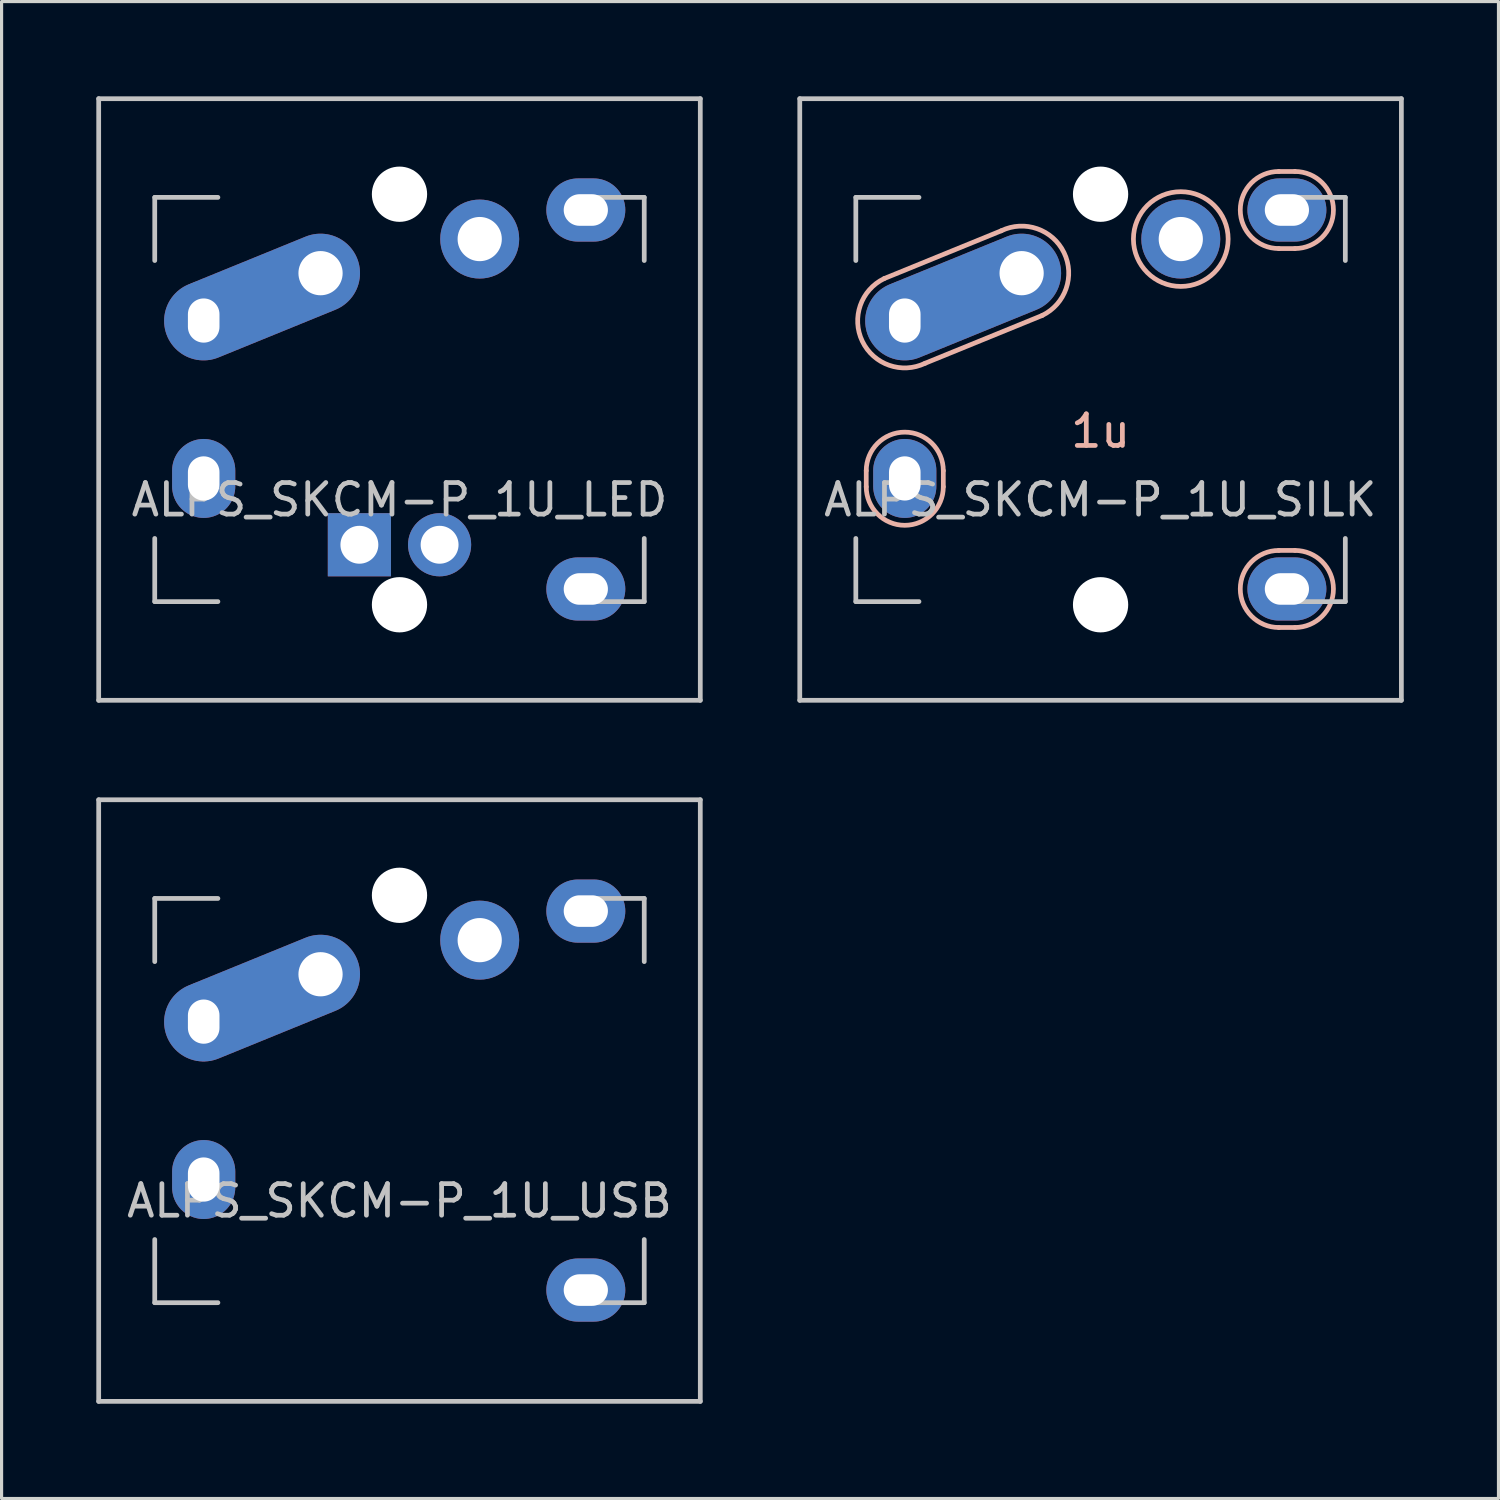
<source format=kicad_pcb>
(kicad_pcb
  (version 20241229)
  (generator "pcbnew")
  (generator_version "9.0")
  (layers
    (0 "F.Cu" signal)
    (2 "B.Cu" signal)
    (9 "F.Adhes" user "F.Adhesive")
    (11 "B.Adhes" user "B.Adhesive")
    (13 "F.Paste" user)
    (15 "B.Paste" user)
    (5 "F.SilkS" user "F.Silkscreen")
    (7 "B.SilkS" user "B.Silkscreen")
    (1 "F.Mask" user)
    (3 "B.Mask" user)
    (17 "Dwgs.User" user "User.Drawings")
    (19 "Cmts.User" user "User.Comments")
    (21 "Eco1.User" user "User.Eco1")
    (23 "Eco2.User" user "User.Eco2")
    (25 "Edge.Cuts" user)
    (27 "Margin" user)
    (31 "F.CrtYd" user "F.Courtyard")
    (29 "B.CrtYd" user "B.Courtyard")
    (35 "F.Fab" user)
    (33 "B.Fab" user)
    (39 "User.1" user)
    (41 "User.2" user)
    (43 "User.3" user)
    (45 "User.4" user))
  (footprint "ALPS_SKCM-P_1U_SILK"
    (layer "F.Cu")
    (at 31.8 9.6)
    (property "Reference" "ALPS_SKCM-P_1U_SILK" (at -0.01 3.175 0) (layer "Dwgs.User") (effects (font (size 1 1) (thickness 0.15))))
    (attr through_hole)
    (fp_line (start -7.42 2.254) (end -7.42 2.764) (stroke (width 0.15) (type solid)) (layer "B.SilkS"))
    (fp_line (start -4.98 2.764) (end -4.98 2.254) (stroke (width 0.15) (type solid)) (layer "B.SilkS"))
    (fp_line (start -3.146 -5.342) (end -6.85 -3.83) (stroke (width 0.15) (type solid)) (layer "B.SilkS"))
    (fp_line (start -1.85 -2.66) (end -5.554 -1.148) (stroke (width 0.15) (type solid)) (layer "B.SilkS"))
    (fp_line (start 5.644 -4.78) (end 6.154 -4.78) (stroke (width 0.15) (type solid)) (layer "B.SilkS"))
    (fp_line (start 5.644 7.22) (end 6.154 7.22) (stroke (width 0.15) (type solid)) (layer "B.SilkS"))
    (fp_line (start 6.154 -7.22) (end 5.644 -7.22) (stroke (width 0.15) (type solid)) (layer "B.SilkS"))
    (fp_line (start 6.154 4.78) (end 5.644 4.78) (stroke (width 0.15) (type solid)) (layer "B.SilkS"))
    (fp_arc (start -7.42 2.2538) (mid -6.2 1.0338) (end -4.98 2.2538) (stroke (width 0.15) (type solid)) (layer "B.SilkS"))
    (fp_arc (start -5.554284 -1.14793) (mid -7.541037 -1.842141) (end -6.85 -3.83) (stroke (width 0.15) (type solid)) (layer "B.SilkS"))
    (fp_arc (start -4.98 2.7638) (mid -6.2 3.9838) (end -7.42 2.7638) (stroke (width 0.15) (type solid)) (layer "B.SilkS"))
    (fp_arc (start -3.145716 -5.34207) (mid -1.158963 -4.647859) (end -1.85 -2.66) (stroke (width 0.15) (type solid)) (layer "B.SilkS"))
    (fp_arc (start 5.6438 -4.78) (mid 4.4238 -6) (end 5.6438 -7.22) (stroke (width 0.15) (type solid)) (layer "B.SilkS"))
    (fp_arc (start 5.6438 7.22) (mid 4.4238 6) (end 5.6438 4.78) (stroke (width 0.15) (type solid)) (layer "B.SilkS"))
    (fp_arc (start 6.1538 -7.22) (mid 7.3738 -6) (end 6.1538 -4.78) (stroke (width 0.15) (type solid)) (layer "B.SilkS"))
    (fp_arc (start 6.1538 4.78) (mid 7.3738 6) (end 6.1538 7.22) (stroke (width 0.15) (type solid)) (layer "B.SilkS"))
    (fp_circle (center 2.54 -5.08) (end 4.04 -5.08) (stroke (width 0.15) (type solid)) (fill no) (layer "B.SilkS"))
    (fp_line (start -9.525 -9.525) (end 9.525 -9.525) (stroke (width 0.15) (type solid)) (layer "Dwgs.User"))
    (fp_line (start -9.525 9.525) (end -9.525 -9.525) (stroke (width 0.15) (type solid)) (layer "Dwgs.User"))
    (fp_line (start -9.525 9.525) (end 9.525 9.525) (stroke (width 0.15) (type solid)) (layer "Dwgs.User"))
    (fp_line (start -7.75 -6.4) (end -5.75 -6.4) (stroke (width 0.15) (type solid)) (layer "Dwgs.User"))
    (fp_line (start -7.75 -4.4) (end -7.75 -6.4) (stroke (width 0.15) (type solid)) (layer "Dwgs.User"))
    (fp_line (start -7.75 6.4) (end -7.75 4.4) (stroke (width 0.15) (type solid)) (layer "Dwgs.User"))
    (fp_line (start -7.75 6.4) (end -5.75 6.4) (stroke (width 0.15) (type solid)) (layer "Dwgs.User"))
    (fp_line (start 5.75 -6.4) (end 7.75 -6.4) (stroke (width 0.15) (type solid)) (layer "Dwgs.User"))
    (fp_line (start 5.75 6.4) (end 7.75 6.4) (stroke (width 0.15) (type solid)) (layer "Dwgs.User"))
    (fp_line (start 7.75 -4.4) (end 7.75 -6.4) (stroke (width 0.15) (type solid)) (layer "Dwgs.User"))
    (fp_line (start 7.75 6.4) (end 7.75 4.4) (stroke (width 0.15) (type solid)) (layer "Dwgs.User"))
    (fp_line (start 9.525 -9.525) (end 9.525 9.525) (stroke (width 0.15) (type solid)) (layer "Dwgs.User"))
    (fp_text user "1u" (at 0 1 0) (layer "B.SilkS") (effects (font (size 1 1) (thickness 0.15))))
    (pad "" np_thru_hole circle (at 0 -6.5) (size 1.75 1.75) (drill 1.75) (layers "*.Cu" "*.Mask"))
    (pad "" np_thru_hole circle (at 0 6.5 90) (size 1.75 1.75) (drill 1.75) (layers "*.Cu" "*.Mask"))
    (pad "1" thru_hole oval (at -6.2 -2.5 180) (size 2 2.5) (drill oval 1 1.4) (layers "*.Cu" "*.Mask"))
    (pad "1" thru_hole oval (at -2.5 -4 22.2) (size 6.5 2.5) (drill 1.4 (offset -2 0)) (layers "*.Cu" "*.Mask"))
    (pad "2" thru_hole oval (at -6.2 2.5 90) (size 2.5 2) (drill oval 1.4 1) (layers "*.Cu" "*.Mask"))
    (pad "2" thru_hole circle (at 2.54 -5.08 270) (size 2.5 2.5) (drill 1.4) (layers "*.Cu" "*.Mask"))
    (pad "NC" thru_hole oval (at 5.9 -6 180) (size 2.5 2) (drill oval 1.4 1) (layers "*.Cu" "*.Mask"))
    (pad "NC" thru_hole oval (at 5.9 6 180) (size 2.5 2) (drill oval 1.4 1) (layers "*.Cu" "*.Mask")))
  (footprint "ALPS_SKCM-P_1U_USB"
    (layer "F.Cu")
    (at 9.6 31.8)
    (property "Reference" "ALPS_SKCM-P_1U_USB" (at 0 3.175 0) (layer "Dwgs.User") (effects (font (size 1 1) (thickness 0.15))))
    (attr through_hole)
    (fp_line (start -9.525 -9.525) (end 9.525 -9.525) (stroke (width 0.15) (type solid)) (layer "Dwgs.User"))
    (fp_line (start -9.525 9.525) (end -9.525 -9.525) (stroke (width 0.15) (type solid)) (layer "Dwgs.User"))
    (fp_line (start -9.525 9.525) (end 9.525 9.525) (stroke (width 0.15) (type solid)) (layer "Dwgs.User"))
    (fp_line (start -7.75 -6.4) (end -5.75 -6.4) (stroke (width 0.15) (type solid)) (layer "Dwgs.User"))
    (fp_line (start -7.75 -4.4) (end -7.75 -6.4) (stroke (width 0.15) (type solid)) (layer "Dwgs.User"))
    (fp_line (start -7.75 6.4) (end -7.75 4.4) (stroke (width 0.15) (type solid)) (layer "Dwgs.User"))
    (fp_line (start -7.75 6.4) (end -5.75 6.4) (stroke (width 0.15) (type solid)) (layer "Dwgs.User"))
    (fp_line (start 5.75 -6.4) (end 7.75 -6.4) (stroke (width 0.15) (type solid)) (layer "Dwgs.User"))
    (fp_line (start 5.75 6.4) (end 7.75 6.4) (stroke (width 0.15) (type solid)) (layer "Dwgs.User"))
    (fp_line (start 7.75 -4.4) (end 7.75 -6.4) (stroke (width 0.15) (type solid)) (layer "Dwgs.User"))
    (fp_line (start 7.75 6.4) (end 7.75 4.4) (stroke (width 0.15) (type solid)) (layer "Dwgs.User"))
    (fp_line (start 9.525 -9.525) (end 9.525 9.525) (stroke (width 0.15) (type solid)) (layer "Dwgs.User"))
    (pad "" np_thru_hole circle (at 0 -6.5) (size 1.75 1.75) (drill 1.75) (layers "*.Cu" "*.Mask"))
    (pad "1" thru_hole oval (at -6.2 -2.5 180) (size 2 2.5) (drill oval 1 1.4) (layers "*.Cu" "*.Mask"))
    (pad "1" thru_hole oval (at -2.5 -4 22.2) (size 6.5 2.5) (drill 1.4 (offset -2 0)) (layers "*.Cu" "*.Mask"))
    (pad "2" thru_hole oval (at -6.2 2.5 90) (size 2.5 2) (drill oval 1.4 1) (layers "*.Cu" "*.Mask"))
    (pad "2" thru_hole circle (at 2.54 -5.08 270) (size 2.5 2.5) (drill 1.4) (layers "*.Cu" "*.Mask"))
    (pad "NC" thru_hole oval (at 5.9 -6 180) (size 2.5 2) (drill oval 1.4 1) (layers "*.Cu" "*.Mask"))
    (pad "NC" thru_hole oval (at 5.9 6 180) (size 2.5 2) (drill oval 1.4 1) (layers "*.Cu" "*.Mask")))
  (footprint "ALPS_SKCM-P_1U_LED"
    (layer "F.Cu")
    (at 9.6 9.6)
    (property "Reference" "ALPS_SKCM-P_1U_LED" (at 0 3.175 0) (layer "Dwgs.User") (effects (font (size 1 1) (thickness 0.15))))
    (attr through_hole)
    (fp_line (start -9.525 -9.525) (end 9.525 -9.525) (stroke (width 0.15) (type solid)) (layer "Dwgs.User"))
    (fp_line (start -9.525 9.525) (end -9.525 -9.525) (stroke (width 0.15) (type solid)) (layer "Dwgs.User"))
    (fp_line (start -9.525 9.525) (end 9.525 9.525) (stroke (width 0.15) (type solid)) (layer "Dwgs.User"))
    (fp_line (start -7.75 -6.4) (end -5.75 -6.4) (stroke (width 0.15) (type solid)) (layer "Dwgs.User"))
    (fp_line (start -7.75 -4.4) (end -7.75 -6.4) (stroke (width 0.15) (type solid)) (layer "Dwgs.User"))
    (fp_line (start -7.75 6.4) (end -7.75 4.4) (stroke (width 0.15) (type solid)) (layer "Dwgs.User"))
    (fp_line (start -7.75 6.4) (end -5.75 6.4) (stroke (width 0.15) (type solid)) (layer "Dwgs.User"))
    (fp_line (start 5.75 -6.4) (end 7.75 -6.4) (stroke (width 0.15) (type solid)) (layer "Dwgs.User"))
    (fp_line (start 5.75 6.4) (end 7.75 6.4) (stroke (width 0.15) (type solid)) (layer "Dwgs.User"))
    (fp_line (start 7.75 -4.4) (end 7.75 -6.4) (stroke (width 0.15) (type solid)) (layer "Dwgs.User"))
    (fp_line (start 7.75 6.4) (end 7.75 4.4) (stroke (width 0.15) (type solid)) (layer "Dwgs.User"))
    (fp_line (start 9.525 -9.525) (end 9.525 9.525) (stroke (width 0.15) (type solid)) (layer "Dwgs.User"))
    (pad "" np_thru_hole circle (at 0 -6.5) (size 1.75 1.75) (drill 1.75) (layers "*.Cu" "*.Mask"))
    (pad "" np_thru_hole circle (at 0 6.5 90) (size 1.75 1.75) (drill 1.75) (layers "*.Cu" "*.Mask"))
    (pad "1" thru_hole oval (at -6.2 -2.5 180) (size 2 2.5) (drill oval 1 1.4) (layers "*.Cu" "*.Mask"))
    (pad "1" thru_hole oval (at -2.5 -4 22.2) (size 6.5 2.5) (drill 1.4 (offset -2 0)) (layers "*.Cu" "*.Mask"))
    (pad "1" thru_hole circle (at 1.27 4.6) (size 2 2) (drill 1.2) (layers "*.Cu" "B.Mask"))
    (pad "2" thru_hole oval (at -6.2 2.5 90) (size 2.5 2) (drill oval 1.4 1) (layers "*.Cu" "*.Mask"))
    (pad "2" thru_hole rect (at -1.27 4.6) (size 2 2) (drill 1.2) (layers "*.Cu" "B.Mask"))
    (pad "2" thru_hole circle (at 2.54 -5.08 270) (size 2.5 2.5) (drill 1.4) (layers "*.Cu" "*.Mask"))
    (pad "3" thru_hole oval (at 5.9 -6 180) (size 2.5 2) (drill oval 1.4 1) (layers "*.Cu" "*.Mask"))
    (pad "3" thru_hole oval (at 5.9 6 180) (size 2.5 2) (drill oval 1.4 1) (layers "*.Cu" "*.Mask")))
  (gr_rect
    (start -3 -3)
    (end 44.4 44.4)
    (stroke (width 0.1) (type default))
    (fill no)
    (layer "Edge.Cuts")))
</source>
